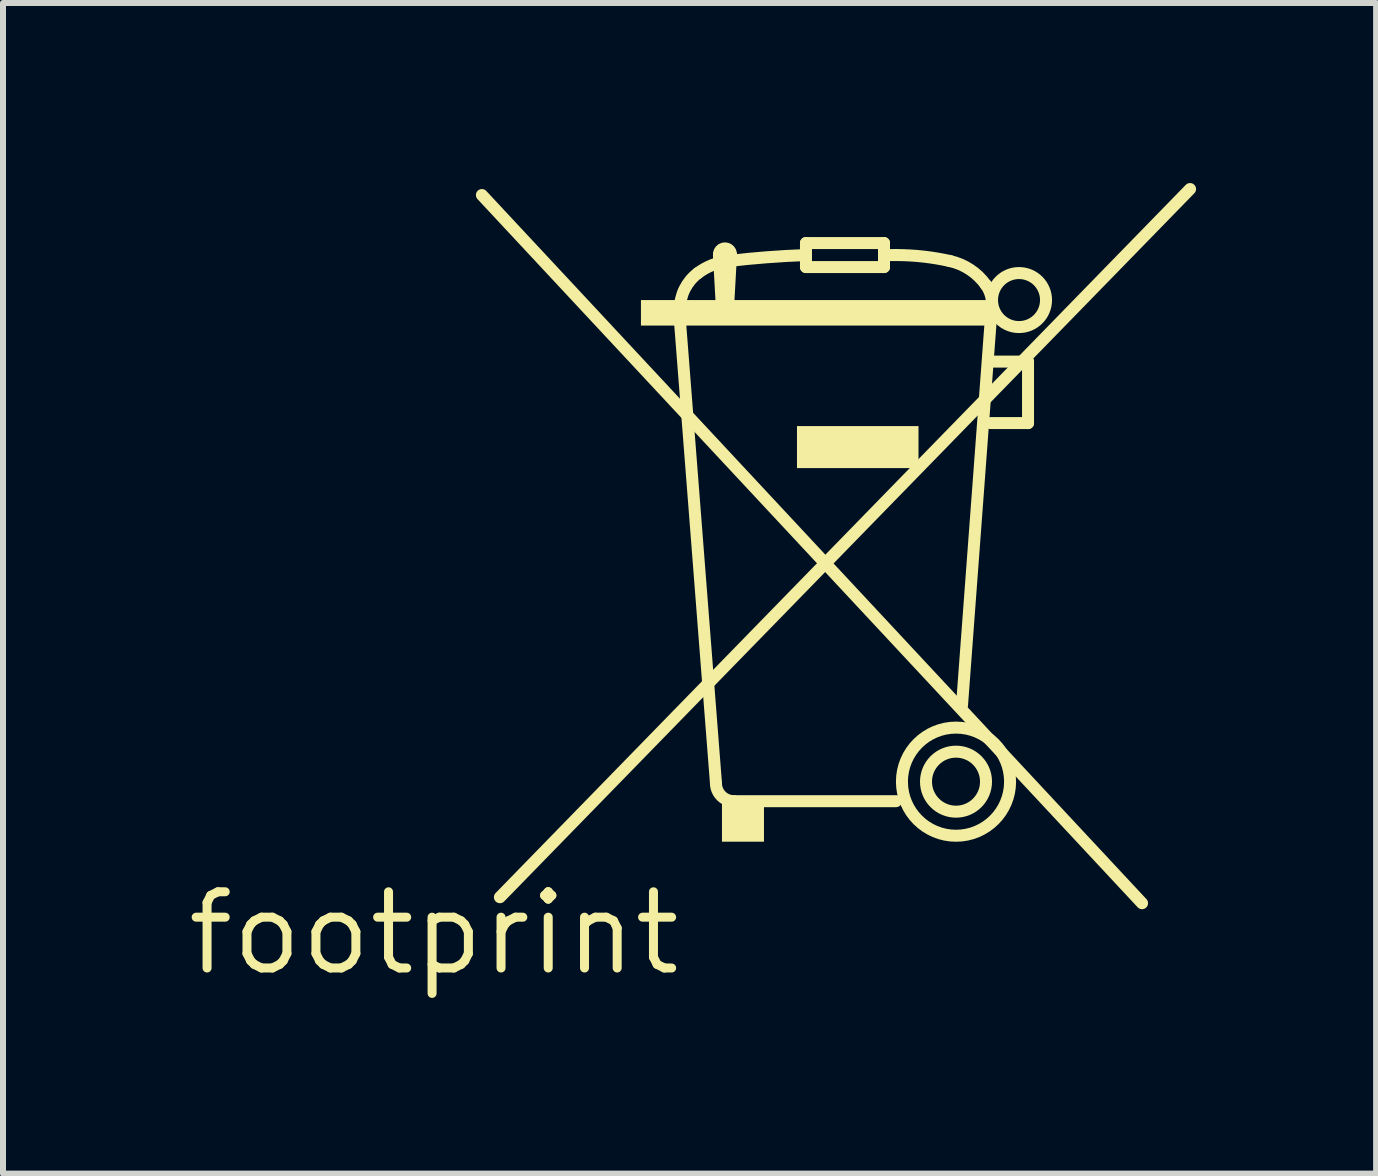
<source format=kicad_pcb>
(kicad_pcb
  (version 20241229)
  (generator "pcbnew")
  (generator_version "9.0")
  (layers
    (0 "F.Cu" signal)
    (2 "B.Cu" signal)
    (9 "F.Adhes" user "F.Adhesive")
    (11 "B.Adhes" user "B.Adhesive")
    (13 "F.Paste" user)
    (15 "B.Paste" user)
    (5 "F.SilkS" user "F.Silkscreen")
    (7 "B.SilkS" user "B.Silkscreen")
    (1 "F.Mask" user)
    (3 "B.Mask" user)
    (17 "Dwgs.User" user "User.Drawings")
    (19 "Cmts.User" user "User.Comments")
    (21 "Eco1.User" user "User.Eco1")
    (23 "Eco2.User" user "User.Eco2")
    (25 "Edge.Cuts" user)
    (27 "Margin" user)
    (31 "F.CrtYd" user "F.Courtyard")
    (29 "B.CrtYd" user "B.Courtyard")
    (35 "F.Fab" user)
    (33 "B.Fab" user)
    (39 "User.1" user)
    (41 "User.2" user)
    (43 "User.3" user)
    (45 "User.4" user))
  (footprint "footprint"
    (layer "F.Cu")
    (at 4.18 12.5)
    (property "Reference" "footprint" (at 0 0 0) (layer "F.SilkS") (effects (font (size 1.27 1.27) (thickness 0.15))))
    (fp_line (start 0.8 -12.3) (end 11.8 -0.5) (stroke (width 0.2) (type solid)) (layer "F.SilkS"))
    (fp_line (start 1.1 -0.6) (end 12.6 -12.4) (stroke (width 0.2) (type solid)) (layer "F.SilkS"))
    (fp_line (start 4.1 -10.2) (end 4.1 -10.4) (stroke (width 0.2) (type solid)) (layer "F.SilkS"))
    (fp_line (start 4.7 -2.5) (end 4.1 -10.2) (stroke (width 0.2) (type solid)) (layer "F.SilkS"))
    (fp_line (start 4.8 -10.4) (end 4.75 -11.3) (stroke (width 0.2) (type solid)) (layer "F.SilkS"))
    (fp_line (start 4.9 -10.4) (end 4.8 -10.4) (stroke (width 0.2) (type solid)) (layer "F.SilkS"))
    (fp_line (start 4.95 -11.3) (end 4.9 -10.4) (stroke (width 0.2) (type solid)) (layer "F.SilkS"))
    (fp_line (start 6.2 -11.5) (end 7.5 -11.5) (stroke (width 0.2) (type solid)) (layer "F.SilkS"))
    (fp_line (start 6.2 -11.3) (end 6.2 -11.5) (stroke (width 0.2) (type solid)) (layer "F.SilkS"))
    (fp_line (start 6.2 -11.1) (end 6.2 -11.3) (stroke (width 0.2) (type solid)) (layer "F.SilkS"))
    (fp_line (start 7.5 -11.5) (end 7.5 -11.1) (stroke (width 0.2) (type solid)) (layer "F.SilkS"))
    (fp_line (start 7.5 -11.1) (end 6.2 -11.1) (stroke (width 0.2) (type solid)) (layer "F.SilkS"))
    (fp_line (start 7.6 -11.3) (end 7.7 -11.3) (stroke (width 0.2) (type solid)) (layer "F.SilkS"))
    (fp_line (start 7.7 -2.2) (end 5 -2.2) (stroke (width 0.2) (type solid)) (layer "F.SilkS"))
    (fp_line (start 9.275 -8.5) (end 9.9 -8.5) (stroke (width 0.2) (type solid)) (layer "F.SilkS"))
    (fp_line (start 9.3 -10.5) (end 8.8 -3.8) (stroke (width 0.2) (type solid)) (layer "F.SilkS"))
    (fp_line (start 9.9 -9.525) (end 9.325 -9.525) (stroke (width 0.2) (type solid)) (layer "F.SilkS"))
    (fp_line (start 9.9 -8.5) (end 9.9 -9.525) (stroke (width 0.2) (type solid)) (layer "F.SilkS"))
    (fp_arc (start 4.1 -10.4) (mid 4.17918 -10.73541) (end 4.400001 -11) (stroke (width 0.2) (type solid)) (layer "F.SilkS"))
    (fp_arc (start 4.4 -11) (mid 4.636773 -11.133067) (end 4.9 -11.2) (stroke (width 0.2) (type solid)) (layer "F.SilkS"))
    (fp_arc (start 4.75 -11.3) (mid 4.850001 -11.411713) (end 4.95 -11.299998) (stroke (width 0.2) (type solid)) (layer "F.SilkS"))
    (fp_arc (start 4.9 -11.2) (mid 5.548982 -11.263236) (end 6.2 -11.3) (stroke (width 0.2) (type solid)) (layer "F.SilkS"))
    (fp_arc (start 5 -2.2) (mid 4.787868 -2.287868) (end 4.7 -2.5) (stroke (width 0.2) (type solid)) (layer "F.SilkS"))
    (fp_arc (start 7.7 -11.3) (mid 8.152769 -11.274923) (end 8.6 -11.2) (stroke (width 0.2) (type solid)) (layer "F.SilkS"))
    (fp_arc (start 8.6 -11.2) (mid 8.937078 -11.055617) (end 9.2 -10.8) (stroke (width 0.2) (type solid)) (layer "F.SilkS"))
    (fp_arc (start 9.2 -10.8) (mid 9.272241 -10.657414) (end 9.3 -10.5) (stroke (width 0.2) (type solid)) (layer "F.SilkS"))
    (fp_circle (center 8.7 -2.525) (end 9.2 -2.525) (stroke (width 0.2) (type solid)) (fill no) (layer "F.SilkS"))
    (fp_circle (center 8.7 -2.525) (end 9.601 -2.525) (stroke (width 0.2) (type solid)) (fill no) (layer "F.SilkS"))
    (fp_circle (center 9.75 -10.55) (end 10.2 -10.55) (stroke (width 0.2) (type solid)) (fill no) (layer "F.SilkS"))
    (fp_poly (pts (xy 3.45 -10.125) (xy 9.325 -10.125) (xy 9.325 -10.55) (xy 3.45 -10.55)) (stroke (width 0) (type solid)) (fill yes) (layer "F.SilkS"))
    (fp_poly (pts (xy 4.8 -1.525) (xy 5.5 -1.525) (xy 5.5 -2.2) (xy 4.8 -2.2)) (stroke (width 0) (type solid)) (fill yes) (layer "F.SilkS"))
    (fp_poly (pts (xy 6.05 -7.75) (xy 8.075 -7.75) (xy 8.075 -8.45) (xy 6.05 -8.45)) (stroke (width 0) (type solid)) (fill yes) (layer "F.SilkS")))
  (gr_rect
    (start -3 -3)
    (end 19.88 16.506)
    (stroke (width 0.1) (type default))
    (fill no)
    (layer "Edge.Cuts")))
</source>
